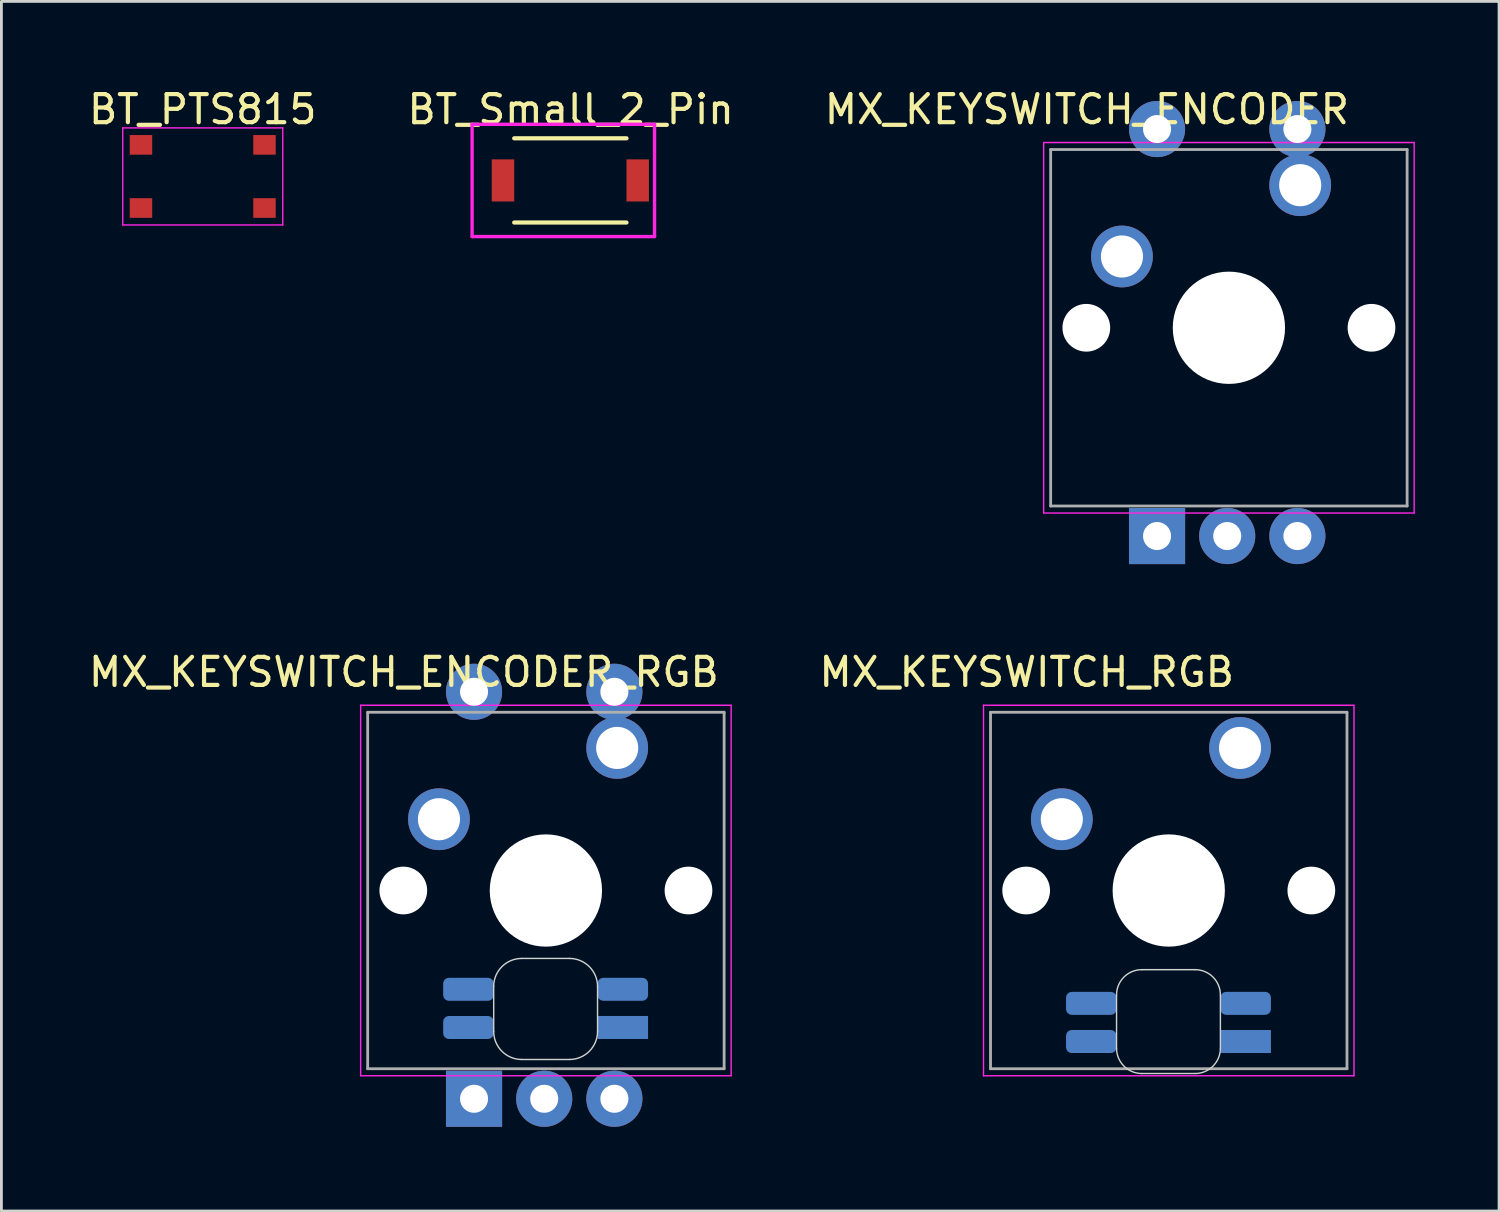
<source format=kicad_pcb>
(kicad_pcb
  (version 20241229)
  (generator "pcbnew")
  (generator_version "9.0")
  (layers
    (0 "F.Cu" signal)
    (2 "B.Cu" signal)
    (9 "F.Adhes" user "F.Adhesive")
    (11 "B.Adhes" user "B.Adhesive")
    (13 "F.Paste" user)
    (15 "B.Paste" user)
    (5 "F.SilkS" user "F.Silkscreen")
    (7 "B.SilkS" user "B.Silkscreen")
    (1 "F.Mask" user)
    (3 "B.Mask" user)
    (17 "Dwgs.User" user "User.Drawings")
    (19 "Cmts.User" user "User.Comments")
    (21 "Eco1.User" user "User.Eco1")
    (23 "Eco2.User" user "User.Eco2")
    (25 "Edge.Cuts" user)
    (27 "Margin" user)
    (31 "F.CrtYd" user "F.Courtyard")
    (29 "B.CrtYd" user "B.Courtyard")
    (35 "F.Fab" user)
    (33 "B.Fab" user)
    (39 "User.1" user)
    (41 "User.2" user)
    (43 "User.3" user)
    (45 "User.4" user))
  (footprint "MX_KEYSWITCH_ENCODER_RGB"
    (layer "F.Cu")
    (at 16.339 28.697)
    (property "Reference" "MX_KEYSWITCH_ENCODER_RGB" (at -5 -7.8 0) (layer "F.SilkS") (effects (font (size 1 1) (thickness 0.15))))
    (attr through_hole)
    (fp_line (start -1.8 3.4) (end -1.8 5) (stroke (width 0.05) (type solid)) (layer "Edge.Cuts"))
    (fp_line (start 0.9 2.4) (end -0.8 2.4) (stroke (width 0.05) (type solid)) (layer "Edge.Cuts"))
    (fp_line (start 0.9 6) (end -0.8 6) (stroke (width 0.05) (type solid)) (layer "Edge.Cuts"))
    (fp_line (start 1.9 5) (end 1.9 3.4) (stroke (width 0.05) (type solid)) (layer "Edge.Cuts"))
    (fp_arc (start -1.8 3.4) (mid -1.507107 2.692893) (end -0.8 2.4) (stroke (width 0.05) (type solid)) (layer "Edge.Cuts"))
    (fp_arc (start -0.8 6) (mid -1.507107 5.707107) (end -1.8 5) (stroke (width 0.05) (type solid)) (layer "Edge.Cuts"))
    (fp_arc (start 0.9 2.4) (mid 1.607107 2.692893) (end 1.9 3.4) (stroke (width 0.05) (type solid)) (layer "Edge.Cuts"))
    (fp_arc (start 1.9 5) (mid 1.607107 5.707107) (end 0.9 6) (stroke (width 0.05) (type solid)) (layer "Edge.Cuts"))
    (fp_line (start -6.54 -6.62) (end 6.66 -6.62) (stroke (width 0.05) (type solid)) (layer "F.CrtYd"))
    (fp_line (start -6.54 6.58) (end -6.54 -6.62) (stroke (width 0.05) (type solid)) (layer "F.CrtYd"))
    (fp_line (start 6.66 -6.62) (end 6.66 6.58) (stroke (width 0.05) (type solid)) (layer "F.CrtYd"))
    (fp_line (start 6.66 6.58) (end -6.54 6.58) (stroke (width 0.05) (type solid)) (layer "F.CrtYd"))
    (fp_line (start -6.29 -6.37) (end 6.41 -6.37) (stroke (width 0.1) (type solid)) (layer "F.Fab"))
    (fp_line (start -6.29 6.33) (end -6.29 -6.37) (stroke (width 0.1) (type solid)) (layer "F.Fab"))
    (fp_line (start 6.41 -6.37) (end 6.41 6.33) (stroke (width 0.1) (type solid)) (layer "F.Fab"))
    (fp_line (start 6.41 6.33) (end -6.29 6.33) (stroke (width 0.1) (type solid)) (layer "F.Fab"))
    (pad "" np_thru_hole circle (at -5.02 -0.02) (size 1.7 1.7) (drill 1.7) (layers "*.Cu" "*.Mask"))
    (pad "" np_thru_hole circle (at 0.06 -0.02) (size 4 4) (drill 4) (layers "*.Cu" "*.Mask"))
    (pad "" np_thru_hole circle (at 5.14 -0.02) (size 1.7 1.7) (drill 1.7) (layers "*.Cu" "*.Mask"))
    (pad "1" smd roundrect (at 2.8 3.5) (size 1.8 0.82) (layers "B.Cu" "B.Mask" "B.Paste") (roundrect_rratio 0.25))
    (pad "2" smd roundrect (at -2.7 4.86) (size 1.8 0.82) (layers "B.Cu" "B.Mask" "B.Paste") (roundrect_rratio 0.25))
    (pad "3" smd roundrect (at -2.7 3.5) (size 1.8 0.82) (layers "B.Cu" "B.Mask" "B.Paste") (roundrect_rratio 0.25))
    (pad "4" smd rect (at 2.8 4.86) (size 1.8 0.82) (layers "B.Cu" "B.Mask" "B.Paste"))
    (pad "A" thru_hole rect (at -2.5 7.4 90) (size 2 2) (drill 1) (layers "*.Cu" "*.Mask"))
    (pad "B" thru_hole circle (at 2.5 7.4 90) (size 2 2) (drill 1) (layers "*.Cu" "*.Mask"))
    (pad "C" thru_hole circle (at 0 7.4 90) (size 2 2) (drill 1) (layers "*.Cu" "*.Mask"))
    (pad "S1" thru_hole circle (at 2.5 -7.1 90) (size 2 2) (drill 1) (layers "*.Cu" "*.Mask"))
    (pad "S1" thru_hole circle (at 2.6 -5.1) (size 2.2 2.2) (drill 1.5) (layers "*.Cu" "*.Mask"))
    (pad "S2" thru_hole circle (at -3.75 -2.56) (size 2.2 2.2) (drill 1.5) (layers "*.Cu" "*.Mask"))
    (pad "S2" thru_hole circle (at -2.5 -7.1 90) (size 2 2) (drill 1) (layers "*.Cu" "*.Mask")))
  (footprint "MX_KEYSWITCH_RGB"
    (layer "F.Cu")
    (at 38.53 28.697)
    (property "Reference" "MX_KEYSWITCH_RGB" (at -5 -7.8 0) (layer "F.SilkS") (effects (font (size 1 1) (thickness 0.15))))
    (attr through_hole)
    (fp_line (start -1.8 3.7) (end -1.8 5.6) (stroke (width 0.05) (type solid)) (layer "Edge.Cuts"))
    (fp_line (start -0.9 6.5) (end 1 6.5) (stroke (width 0.05) (type solid)) (layer "Edge.Cuts"))
    (fp_line (start 1 2.8) (end -0.9 2.8) (stroke (width 0.05) (type solid)) (layer "Edge.Cuts"))
    (fp_line (start 1.9 5.6) (end 1.9 3.7) (stroke (width 0.05) (type solid)) (layer "Edge.Cuts"))
    (fp_arc (start -1.8 3.7) (mid -1.536396 3.063604) (end -0.9 2.8) (stroke (width 0.05) (type solid)) (layer "Edge.Cuts"))
    (fp_arc (start -0.9 6.5) (mid -1.536396 6.236396) (end -1.8 5.6) (stroke (width 0.05) (type solid)) (layer "Edge.Cuts"))
    (fp_arc (start 1 2.8) (mid 1.636396 3.063604) (end 1.9 3.7) (stroke (width 0.05) (type solid)) (layer "Edge.Cuts"))
    (fp_arc (start 1.9 5.6) (mid 1.636396 6.236396) (end 1 6.5) (stroke (width 0.05) (type solid)) (layer "Edge.Cuts"))
    (fp_line (start -6.54 -6.62) (end 6.66 -6.62) (stroke (width 0.05) (type solid)) (layer "F.CrtYd"))
    (fp_line (start -6.54 6.58) (end -6.54 -6.62) (stroke (width 0.05) (type solid)) (layer "F.CrtYd"))
    (fp_line (start 6.66 -6.62) (end 6.66 6.58) (stroke (width 0.05) (type solid)) (layer "F.CrtYd"))
    (fp_line (start 6.66 6.58) (end -6.54 6.58) (stroke (width 0.05) (type solid)) (layer "F.CrtYd"))
    (fp_line (start -6.29 -6.37) (end 6.41 -6.37) (stroke (width 0.1) (type solid)) (layer "F.Fab"))
    (fp_line (start -6.29 6.33) (end -6.29 -6.37) (stroke (width 0.1) (type solid)) (layer "F.Fab"))
    (fp_line (start 6.41 -6.37) (end 6.41 6.33) (stroke (width 0.1) (type solid)) (layer "F.Fab"))
    (fp_line (start 6.41 6.33) (end -6.29 6.33) (stroke (width 0.1) (type solid)) (layer "F.Fab"))
    (pad "" np_thru_hole circle (at -5.02 -0.02) (size 1.7 1.7) (drill 1.7) (layers "*.Cu" "*.Mask"))
    (pad "" np_thru_hole circle (at 0.06 -0.02) (size 4 4) (drill 4) (layers "*.Cu" "*.Mask"))
    (pad "" np_thru_hole circle (at 5.14 -0.02) (size 1.7 1.7) (drill 1.7) (layers "*.Cu" "*.Mask"))
    (pad "1" thru_hole circle (at 2.6 -5.1) (size 2.2 2.2) (drill 1.5) (layers "*.Cu" "*.Mask"))
    (pad "2" thru_hole circle (at -3.75 -2.56) (size 2.2 2.2) (drill 1.5) (layers "*.Cu" "*.Mask"))
    (pad "3" smd roundrect (at 2.8 4) (size 1.8 0.82) (layers "B.Cu" "B.Mask" "B.Paste") (roundrect_rratio 0.25))
    (pad "4" smd roundrect (at -2.7 5.36) (size 1.8 0.82) (layers "B.Cu" "B.Mask" "B.Paste") (roundrect_rratio 0.25))
    (pad "5" smd roundrect (at -2.7 4) (size 1.8 0.82) (layers "B.Cu" "B.Mask" "B.Paste") (roundrect_rratio 0.25))
    (pad "6" smd rect (at 2.8 5.36) (size 1.8 0.82) (layers "B.Cu" "B.Mask" "B.Paste")))
  (footprint "MX_KEYSWITCH_ENCODER"
    (layer "F.Cu")
    (at 40.673 8.648)
    (property "Reference" "MX_KEYSWITCH_ENCODER" (at -5 -7.8 0) (layer "F.SilkS") (effects (font (size 1 1) (thickness 0.15))))
    (attr through_hole)
    (fp_line (start -6.54 -6.62) (end 6.66 -6.62) (stroke (width 0.05) (type solid)) (layer "F.CrtYd"))
    (fp_line (start -6.54 6.58) (end -6.54 -6.62) (stroke (width 0.05) (type solid)) (layer "F.CrtYd"))
    (fp_line (start 6.66 -6.62) (end 6.66 6.58) (stroke (width 0.05) (type solid)) (layer "F.CrtYd"))
    (fp_line (start 6.66 6.58) (end -6.54 6.58) (stroke (width 0.05) (type solid)) (layer "F.CrtYd"))
    (fp_line (start -6.29 -6.37) (end 6.41 -6.37) (stroke (width 0.1) (type solid)) (layer "F.Fab"))
    (fp_line (start -6.29 6.33) (end -6.29 -6.37) (stroke (width 0.1) (type solid)) (layer "F.Fab"))
    (fp_line (start 6.41 -6.37) (end 6.41 6.33) (stroke (width 0.1) (type solid)) (layer "F.Fab"))
    (fp_line (start 6.41 6.33) (end -6.29 6.33) (stroke (width 0.1) (type solid)) (layer "F.Fab"))
    (pad "" np_thru_hole circle (at -5.02 -0.02) (size 1.7 1.7) (drill 1.7) (layers "*.Cu" "*.Mask"))
    (pad "" np_thru_hole circle (at 0.06 -0.02) (size 4 4) (drill 4) (layers "*.Cu" "*.Mask"))
    (pad "" np_thru_hole circle (at 5.14 -0.02) (size 1.7 1.7) (drill 1.7) (layers "*.Cu" "*.Mask"))
    (pad "A" thru_hole rect (at -2.5 7.4 90) (size 2 2) (drill 1) (layers "*.Cu" "*.Mask"))
    (pad "B" thru_hole circle (at 2.5 7.4 90) (size 2 2) (drill 1) (layers "*.Cu" "*.Mask"))
    (pad "C" thru_hole circle (at 0 7.4 90) (size 2 2) (drill 1) (layers "*.Cu" "*.Mask"))
    (pad "S1" thru_hole circle (at 2.5 -7.1 90) (size 2 2) (drill 1) (layers "*.Cu" "*.Mask"))
    (pad "S1" thru_hole circle (at 2.6 -5.1) (size 2.2 2.2) (drill 1.5) (layers "*.Cu" "*.Mask"))
    (pad "S2" thru_hole circle (at -3.75 -2.56) (size 2.2 2.2) (drill 1.5) (layers "*.Cu" "*.Mask"))
    (pad "S2" thru_hole circle (at -2.5 -7.1 90) (size 2 2) (drill 1) (layers "*.Cu" "*.Mask")))
  (footprint "BT_Small_2_Pin"
    (layer "F.Cu")
    (at 17.27 3.378)
    (property "Reference" "BT_Small_2_Pin" (at 0.01 -2.53 0) (layer "F.SilkS") (effects (font (size 1 1) (thickness 0.15))))
    (attr through_hole)
    (fp_line (start -2 1.5) (end 2 1.5) (stroke (width 0.15) (type solid)) (layer "F.SilkS"))
    (fp_line (start 2 -1.5) (end -2 -1.5) (stroke (width 0.15) (type solid)) (layer "F.SilkS"))
    (fp_line (start -3.5 -2) (end 3 -2) (stroke (width 0.12) (type solid)) (layer "F.CrtYd"))
    (fp_line (start -3.5 2) (end -3.5 -2) (stroke (width 0.12) (type solid)) (layer "F.CrtYd"))
    (fp_line (start 3 -2) (end 3 2) (stroke (width 0.12) (type solid)) (layer "F.CrtYd"))
    (fp_line (start 3 2) (end -3.5 2) (stroke (width 0.12) (type solid)) (layer "F.CrtYd"))
    (pad "1" smd rect (at -2.4 0) (size 0.8 1.5) (layers "F.Cu" "F.Mask" "F.Paste"))
    (pad "2" smd rect (at 2.4 0) (size 0.8 1.5) (layers "F.Cu" "F.Mask" "F.Paste")))
  (footprint "BT_PTS815"
    (layer "F.Cu")
    (at 4.173 3.236)
    (property "Reference" "BT_PTS815" (at 0 -2.388 180) (layer "F.SilkS") (effects (font (size 1 1) (thickness 0.15))))
    (attr smd)
    (fp_line (start -2.85 -1.73) (end 2.85 -1.73) (stroke (width 0.05) (type solid)) (layer "F.CrtYd"))
    (fp_line (start -2.85 1.73) (end -2.85 -1.73) (stroke (width 0.05) (type solid)) (layer "F.CrtYd"))
    (fp_line (start 2.85 -1.73) (end 2.85 1.73) (stroke (width 0.05) (type solid)) (layer "F.CrtYd"))
    (fp_line (start 2.85 1.73) (end -2.85 1.73) (stroke (width 0.05) (type solid)) (layer "F.CrtYd"))
    (pad "1" smd rect (at -2.2 1.125) (size 0.8 0.7) (layers "F.Cu" "F.Mask" "F.Paste"))
    (pad "1" smd rect (at 2.2 1.125) (size 0.8 0.7) (layers "F.Cu" "F.Mask" "F.Paste"))
    (pad "2" smd rect (at -2.2 -1.125) (size 0.8 0.7) (layers "F.Cu" "F.Mask" "F.Paste"))
    (pad "2" smd rect (at 2.2 -1.125) (size 0.8 0.7) (layers "F.Cu" "F.Mask" "F.Paste")))
  (gr_rect
    (start -3 -3)
    (end 50.358 40.096)
    (stroke (width 0.1) (type default))
    (fill no)
    (layer "Edge.Cuts")))
</source>
